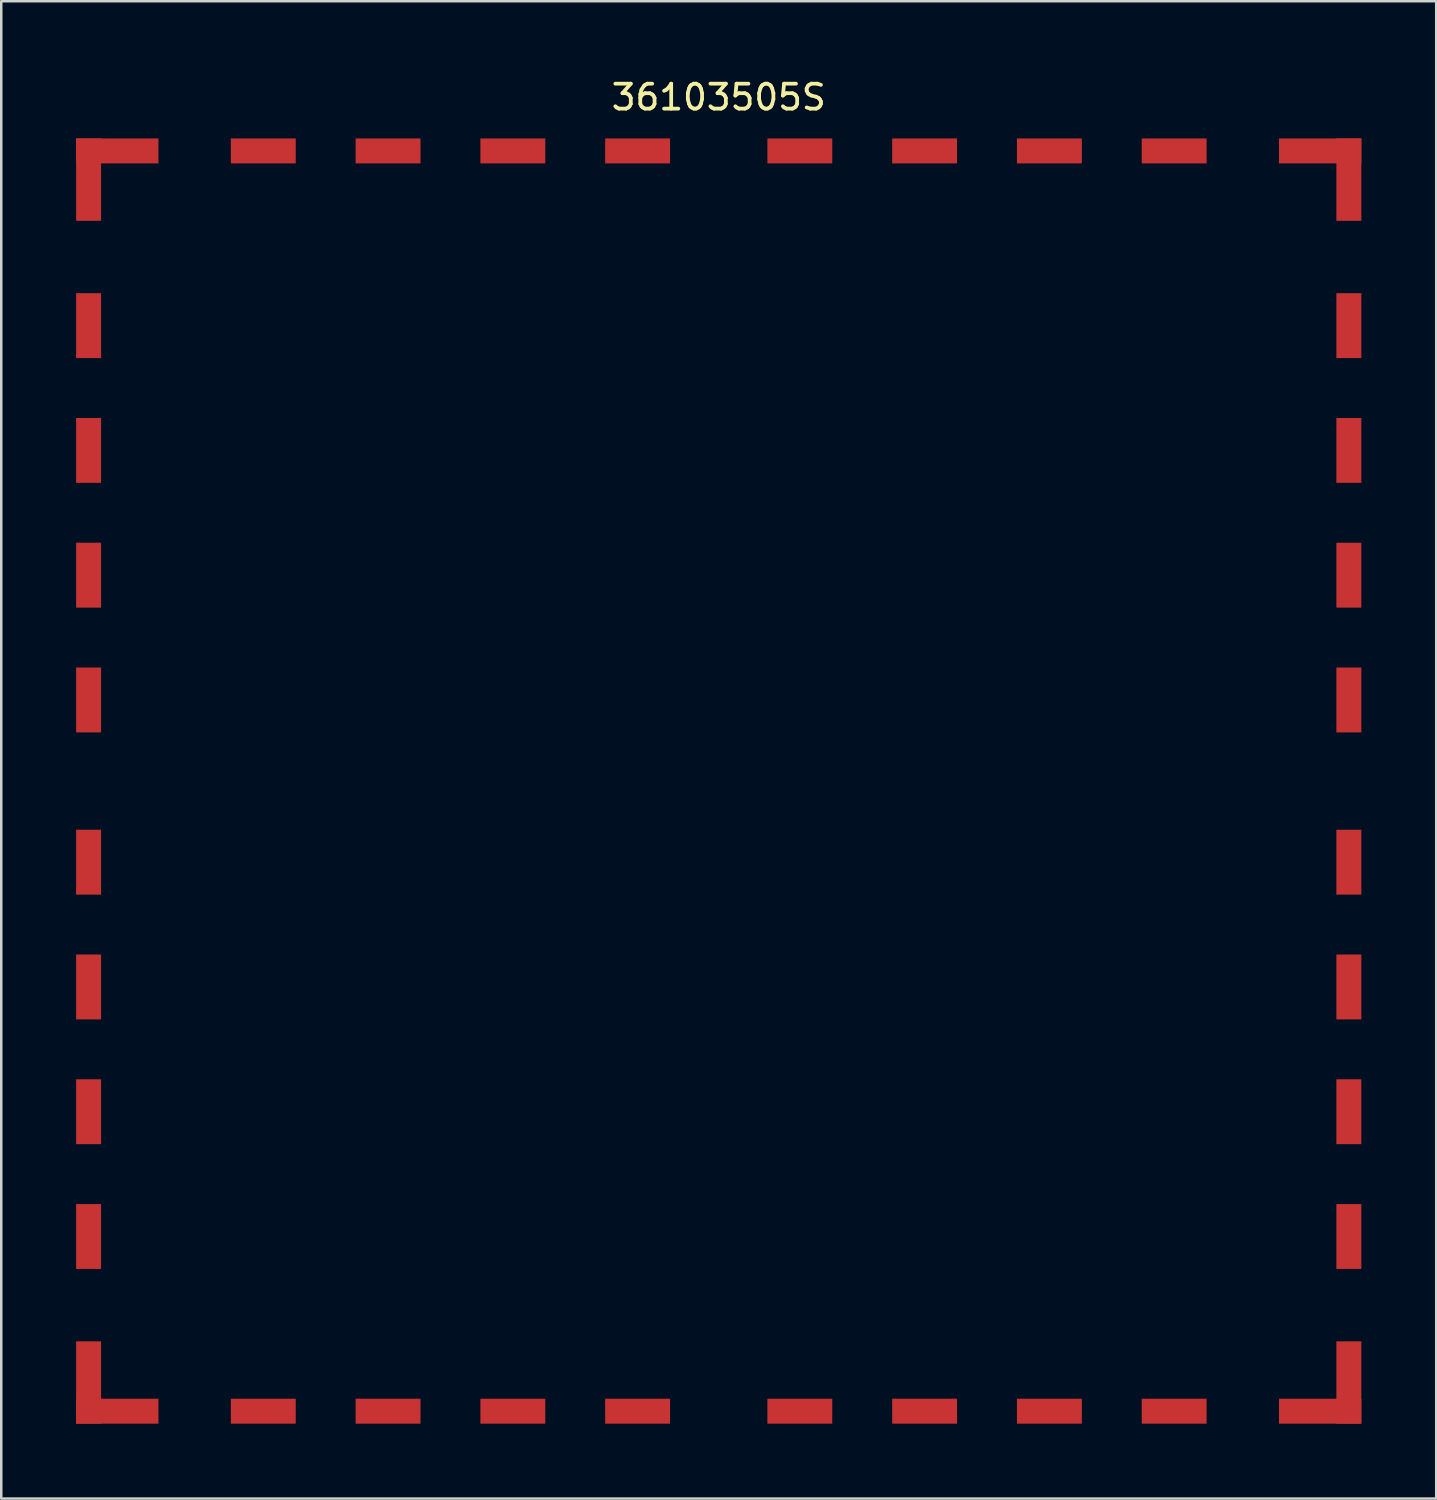
<source format=kicad_pcb>
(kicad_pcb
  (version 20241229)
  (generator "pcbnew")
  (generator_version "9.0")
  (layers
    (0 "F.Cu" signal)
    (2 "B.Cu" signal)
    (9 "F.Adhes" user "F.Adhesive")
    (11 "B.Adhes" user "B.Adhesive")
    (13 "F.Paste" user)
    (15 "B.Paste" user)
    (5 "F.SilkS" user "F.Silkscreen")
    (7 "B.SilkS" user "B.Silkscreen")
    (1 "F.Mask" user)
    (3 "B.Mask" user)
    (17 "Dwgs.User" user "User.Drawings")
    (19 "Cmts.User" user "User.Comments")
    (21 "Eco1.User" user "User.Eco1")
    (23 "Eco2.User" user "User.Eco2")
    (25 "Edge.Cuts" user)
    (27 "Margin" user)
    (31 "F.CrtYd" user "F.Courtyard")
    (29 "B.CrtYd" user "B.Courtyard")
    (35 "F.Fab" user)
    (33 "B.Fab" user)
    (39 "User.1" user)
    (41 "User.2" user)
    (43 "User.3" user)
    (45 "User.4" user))
  (footprint "36103505S"
    (layer "F.Cu")
    (at 25.75 28.248)
    (property "Reference" "36103505S" (at 0 -27.4 0) (layer "F.SilkS") (effects (font (size 1 1) (thickness 0.15))))
    (attr through_hole)
    (pad "1" smd rect (at -25.25 -24.1) (size 1 3.3) (layers "F.Cu" "F.Mask" "F.Paste"))
    (pad "1" smd rect (at -24.1 -25.25 90) (size 1 3.3) (layers "F.Cu" "F.Mask" "F.Paste"))
    (pad "2" smd rect (at -25.25 -18.25) (size 1 2.6) (layers "F.Cu" "F.Mask" "F.Paste"))
    (pad "3" smd rect (at -25.25 -13.25) (size 1 2.6) (layers "F.Cu" "F.Mask" "F.Paste"))
    (pad "4" smd rect (at -25.25 -8.25) (size 1 2.6) (layers "F.Cu" "F.Mask" "F.Paste"))
    (pad "5" smd rect (at -25.25 -3.25) (size 1 2.6) (layers "F.Cu" "F.Mask" "F.Paste"))
    (pad "6" smd rect (at -25.25 3.25) (size 1 2.6) (layers "F.Cu" "F.Mask" "F.Paste"))
    (pad "7" smd rect (at -25.25 8.25) (size 1 2.6) (layers "F.Cu" "F.Mask" "F.Paste"))
    (pad "8" smd rect (at -25.25 13.25) (size 1 2.6) (layers "F.Cu" "F.Mask" "F.Paste"))
    (pad "9" smd rect (at -25.25 18.25) (size 1 2.6) (layers "F.Cu" "F.Mask" "F.Paste"))
    (pad "10" smd rect (at -25.25 24.1) (size 1 3.3) (layers "F.Cu" "F.Mask" "F.Paste"))
    (pad "10" smd rect (at -24.1 25.25 90) (size 1 3.3) (layers "F.Cu" "F.Mask" "F.Paste"))
    (pad "11" smd rect (at -18.25 25.25 90) (size 1 2.6) (layers "F.Cu" "F.Mask" "F.Paste"))
    (pad "12" smd rect (at -13.25 25.25 90) (size 1 2.6) (layers "F.Cu" "F.Mask" "F.Paste"))
    (pad "13" smd rect (at -8.25 25.25 90) (size 1 2.6) (layers "F.Cu" "F.Mask" "F.Paste"))
    (pad "14" smd rect (at -3.25 25.25 90) (size 1 2.6) (layers "F.Cu" "F.Mask" "F.Paste"))
    (pad "15" smd rect (at 3.25 25.25 90) (size 1 2.6) (layers "F.Cu" "F.Mask" "F.Paste"))
    (pad "16" smd rect (at 8.25 25.25 90) (size 1 2.6) (layers "F.Cu" "F.Mask" "F.Paste"))
    (pad "17" smd rect (at 13.25 25.25 90) (size 1 2.6) (layers "F.Cu" "F.Mask" "F.Paste"))
    (pad "18" smd rect (at 18.25 25.25 90) (size 1 2.6) (layers "F.Cu" "F.Mask" "F.Paste"))
    (pad "19" smd rect (at 24.1 25.25 90) (size 1 3.3) (layers "F.Cu" "F.Mask" "F.Paste"))
    (pad "19" smd rect (at 25.25 24.1) (size 1 3.3) (layers "F.Cu" "F.Mask" "F.Paste"))
    (pad "20" smd rect (at 25.25 18.25) (size 1 2.6) (layers "F.Cu" "F.Mask" "F.Paste"))
    (pad "21" smd rect (at 25.25 13.25) (size 1 2.6) (layers "F.Cu" "F.Mask" "F.Paste"))
    (pad "22" smd rect (at 25.25 8.25) (size 1 2.6) (layers "F.Cu" "F.Mask" "F.Paste"))
    (pad "23" smd rect (at 25.25 3.25) (size 1 2.6) (layers "F.Cu" "F.Mask" "F.Paste"))
    (pad "24" smd rect (at 25.25 -3.25) (size 1 2.6) (layers "F.Cu" "F.Mask" "F.Paste"))
    (pad "25" smd rect (at 25.25 -8.25) (size 1 2.6) (layers "F.Cu" "F.Mask" "F.Paste"))
    (pad "26" smd rect (at 25.25 -13.25) (size 1 2.6) (layers "F.Cu" "F.Mask" "F.Paste"))
    (pad "27" smd rect (at 25.25 -18.25) (size 1 2.6) (layers "F.Cu" "F.Mask" "F.Paste"))
    (pad "28" smd rect (at 24.1 -25.25 90) (size 1 3.3) (layers "F.Cu" "F.Mask" "F.Paste"))
    (pad "28" smd rect (at 25.25 -24.1) (size 1 3.3) (layers "F.Cu" "F.Mask" "F.Paste"))
    (pad "29" smd rect (at 18.25 -25.25 90) (size 1 2.6) (layers "F.Cu" "F.Mask" "F.Paste"))
    (pad "30" smd rect (at 13.25 -25.25 90) (size 1 2.6) (layers "F.Cu" "F.Mask" "F.Paste"))
    (pad "31" smd rect (at 8.25 -25.25 90) (size 1 2.6) (layers "F.Cu" "F.Mask" "F.Paste"))
    (pad "32" smd rect (at 3.25 -25.25 90) (size 1 2.6) (layers "F.Cu" "F.Mask" "F.Paste"))
    (pad "33" smd rect (at -3.25 -25.25 90) (size 1 2.6) (layers "F.Cu" "F.Mask" "F.Paste"))
    (pad "34" smd rect (at -8.25 -25.25 90) (size 1 2.6) (layers "F.Cu" "F.Mask" "F.Paste"))
    (pad "35" smd rect (at -13.25 -25.25 90) (size 1 2.6) (layers "F.Cu" "F.Mask" "F.Paste"))
    (pad "36" smd rect (at -18.25 -25.25 90) (size 1 2.6) (layers "F.Cu" "F.Mask" "F.Paste")))
  (gr_rect
    (start -3 -3)
    (end 54.5 56.998)
    (stroke (width 0.1) (type default))
    (fill no)
    (layer "Edge.Cuts")))
</source>
